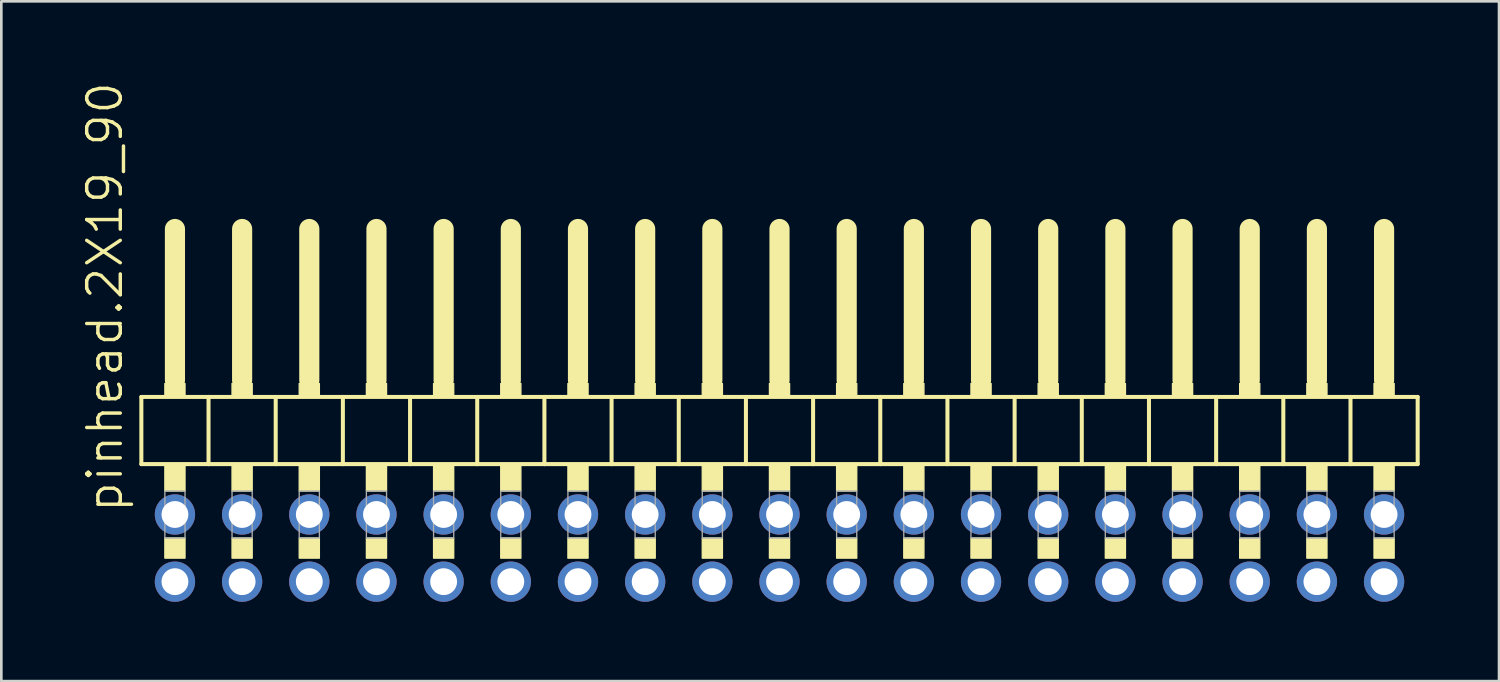
<source format=kicad_pcb>
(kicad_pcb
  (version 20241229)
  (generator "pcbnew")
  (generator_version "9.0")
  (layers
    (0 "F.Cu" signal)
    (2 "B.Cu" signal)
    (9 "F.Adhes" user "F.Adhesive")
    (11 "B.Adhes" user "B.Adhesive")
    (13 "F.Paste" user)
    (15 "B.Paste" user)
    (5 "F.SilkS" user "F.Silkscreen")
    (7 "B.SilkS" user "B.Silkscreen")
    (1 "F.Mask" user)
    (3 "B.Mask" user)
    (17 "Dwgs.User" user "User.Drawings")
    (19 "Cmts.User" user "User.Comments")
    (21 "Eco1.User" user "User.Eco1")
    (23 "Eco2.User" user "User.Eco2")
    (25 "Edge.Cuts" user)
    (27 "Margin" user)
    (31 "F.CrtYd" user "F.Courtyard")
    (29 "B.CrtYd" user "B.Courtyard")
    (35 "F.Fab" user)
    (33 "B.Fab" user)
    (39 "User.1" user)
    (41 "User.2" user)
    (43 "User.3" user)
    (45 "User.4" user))
  (footprint "pinhead.2X19_90"
    (layer "F.Cu")
    (at 26.425 12.594)
    (property "Reference" "pinhead.2X19_90" (at -24.765 3.81 90) (layer "F.SilkS") (effects (font (size 1.27 1.27) (thickness 0.13)) (justify left bottom)))
    (attr through_hole)
    (fp_line (start -24.13 -0.635) (end -24.13 1.905) (stroke (width 0.152) (type default)) (layer "F.SilkS"))
    (fp_line (start -24.13 1.905) (end -21.59 1.905) (stroke (width 0.152) (type default)) (layer "F.SilkS"))
    (fp_line (start -22.86 -6.985) (end -22.86 -1.27) (stroke (width 0.762) (type default)) (layer "F.SilkS"))
    (fp_line (start -21.59 -0.635) (end -24.13 -0.635) (stroke (width 0.152) (type default)) (layer "F.SilkS"))
    (fp_line (start -21.59 1.905) (end -21.59 -0.635) (stroke (width 0.152) (type default)) (layer "F.SilkS"))
    (fp_line (start -21.59 1.905) (end -19.05 1.905) (stroke (width 0.152) (type default)) (layer "F.SilkS"))
    (fp_line (start -20.32 -6.985) (end -20.32 -1.27) (stroke (width 0.762) (type default)) (layer "F.SilkS"))
    (fp_line (start -19.05 -0.635) (end -21.59 -0.635) (stroke (width 0.152) (type default)) (layer "F.SilkS"))
    (fp_line (start -19.05 1.905) (end -19.05 -0.635) (stroke (width 0.152) (type default)) (layer "F.SilkS"))
    (fp_line (start -19.05 1.905) (end -16.51 1.905) (stroke (width 0.152) (type default)) (layer "F.SilkS"))
    (fp_line (start -17.78 -6.985) (end -17.78 -1.27) (stroke (width 0.762) (type default)) (layer "F.SilkS"))
    (fp_line (start -16.51 -0.635) (end -19.05 -0.635) (stroke (width 0.152) (type default)) (layer "F.SilkS"))
    (fp_line (start -16.51 1.905) (end -16.51 -0.635) (stroke (width 0.152) (type default)) (layer "F.SilkS"))
    (fp_line (start -16.51 1.905) (end -13.97 1.905) (stroke (width 0.152) (type default)) (layer "F.SilkS"))
    (fp_line (start -15.24 -6.985) (end -15.24 -1.27) (stroke (width 0.762) (type default)) (layer "F.SilkS"))
    (fp_line (start -13.97 -0.635) (end -16.51 -0.635) (stroke (width 0.152) (type default)) (layer "F.SilkS"))
    (fp_line (start -13.97 1.905) (end -13.97 -0.635) (stroke (width 0.152) (type default)) (layer "F.SilkS"))
    (fp_line (start -13.97 1.905) (end -11.43 1.905) (stroke (width 0.152) (type default)) (layer "F.SilkS"))
    (fp_line (start -12.7 -6.985) (end -12.7 -1.27) (stroke (width 0.762) (type default)) (layer "F.SilkS"))
    (fp_line (start -11.43 -0.635) (end -13.97 -0.635) (stroke (width 0.152) (type default)) (layer "F.SilkS"))
    (fp_line (start -11.43 1.905) (end -11.43 -0.635) (stroke (width 0.152) (type default)) (layer "F.SilkS"))
    (fp_line (start -11.43 1.905) (end -8.89 1.905) (stroke (width 0.152) (type default)) (layer "F.SilkS"))
    (fp_line (start -10.16 -6.985) (end -10.16 -1.27) (stroke (width 0.762) (type default)) (layer "F.SilkS"))
    (fp_line (start -8.89 -0.635) (end -11.43 -0.635) (stroke (width 0.152) (type default)) (layer "F.SilkS"))
    (fp_line (start -8.89 1.905) (end -8.89 -0.635) (stroke (width 0.152) (type default)) (layer "F.SilkS"))
    (fp_line (start -8.89 1.905) (end -6.35 1.905) (stroke (width 0.152) (type default)) (layer "F.SilkS"))
    (fp_line (start -7.62 -6.985) (end -7.62 -1.27) (stroke (width 0.762) (type default)) (layer "F.SilkS"))
    (fp_line (start -6.35 -0.635) (end -8.89 -0.635) (stroke (width 0.152) (type default)) (layer "F.SilkS"))
    (fp_line (start -6.35 1.905) (end -6.35 -0.635) (stroke (width 0.152) (type default)) (layer "F.SilkS"))
    (fp_line (start -6.35 1.905) (end -3.81 1.905) (stroke (width 0.152) (type default)) (layer "F.SilkS"))
    (fp_line (start -5.08 -6.985) (end -5.08 -1.27) (stroke (width 0.762) (type default)) (layer "F.SilkS"))
    (fp_line (start -3.81 -0.635) (end -6.35 -0.635) (stroke (width 0.152) (type default)) (layer "F.SilkS"))
    (fp_line (start -3.81 1.905) (end -3.81 -0.635) (stroke (width 0.152) (type default)) (layer "F.SilkS"))
    (fp_line (start -3.81 1.905) (end -1.27 1.905) (stroke (width 0.152) (type default)) (layer "F.SilkS"))
    (fp_line (start -2.54 -6.985) (end -2.54 -1.27) (stroke (width 0.762) (type default)) (layer "F.SilkS"))
    (fp_line (start -1.27 -0.635) (end -3.81 -0.635) (stroke (width 0.152) (type default)) (layer "F.SilkS"))
    (fp_line (start -1.27 1.905) (end -1.27 -0.635) (stroke (width 0.152) (type default)) (layer "F.SilkS"))
    (fp_line (start -1.27 1.905) (end 1.27 1.905) (stroke (width 0.152) (type default)) (layer "F.SilkS"))
    (fp_line (start 0 -6.985) (end 0 -1.27) (stroke (width 0.762) (type default)) (layer "F.SilkS"))
    (fp_line (start 1.27 -0.635) (end -1.27 -0.635) (stroke (width 0.152) (type default)) (layer "F.SilkS"))
    (fp_line (start 1.27 1.905) (end 1.27 -0.635) (stroke (width 0.152) (type default)) (layer "F.SilkS"))
    (fp_line (start 1.27 1.905) (end 3.81 1.905) (stroke (width 0.152) (type default)) (layer "F.SilkS"))
    (fp_line (start 2.54 -6.985) (end 2.54 -1.27) (stroke (width 0.762) (type default)) (layer "F.SilkS"))
    (fp_line (start 3.81 -0.635) (end 1.27 -0.635) (stroke (width 0.152) (type default)) (layer "F.SilkS"))
    (fp_line (start 3.81 1.905) (end 3.81 -0.635) (stroke (width 0.152) (type default)) (layer "F.SilkS"))
    (fp_line (start 3.81 1.905) (end 6.35 1.905) (stroke (width 0.152) (type default)) (layer "F.SilkS"))
    (fp_line (start 5.08 -6.985) (end 5.08 -1.27) (stroke (width 0.762) (type default)) (layer "F.SilkS"))
    (fp_line (start 6.35 -0.635) (end 3.81 -0.635) (stroke (width 0.152) (type default)) (layer "F.SilkS"))
    (fp_line (start 6.35 1.905) (end 6.35 -0.635) (stroke (width 0.152) (type default)) (layer "F.SilkS"))
    (fp_line (start 6.35 1.905) (end 8.89 1.905) (stroke (width 0.152) (type default)) (layer "F.SilkS"))
    (fp_line (start 7.62 -6.985) (end 7.62 -1.27) (stroke (width 0.762) (type default)) (layer "F.SilkS"))
    (fp_line (start 8.89 -0.635) (end 6.35 -0.635) (stroke (width 0.152) (type default)) (layer "F.SilkS"))
    (fp_line (start 8.89 1.905) (end 8.89 -0.635) (stroke (width 0.152) (type default)) (layer "F.SilkS"))
    (fp_line (start 8.89 1.905) (end 11.43 1.905) (stroke (width 0.152) (type default)) (layer "F.SilkS"))
    (fp_line (start 10.16 -6.985) (end 10.16 -1.27) (stroke (width 0.762) (type default)) (layer "F.SilkS"))
    (fp_line (start 11.43 -0.635) (end 8.89 -0.635) (stroke (width 0.152) (type default)) (layer "F.SilkS"))
    (fp_line (start 11.43 1.905) (end 11.43 -0.635) (stroke (width 0.152) (type default)) (layer "F.SilkS"))
    (fp_line (start 11.43 1.905) (end 13.97 1.905) (stroke (width 0.152) (type default)) (layer "F.SilkS"))
    (fp_line (start 12.7 -6.985) (end 12.7 -1.27) (stroke (width 0.762) (type default)) (layer "F.SilkS"))
    (fp_line (start 13.97 -0.635) (end 11.43 -0.635) (stroke (width 0.152) (type default)) (layer "F.SilkS"))
    (fp_line (start 13.97 1.905) (end 13.97 -0.635) (stroke (width 0.152) (type default)) (layer "F.SilkS"))
    (fp_line (start 13.97 1.905) (end 16.51 1.905) (stroke (width 0.152) (type default)) (layer "F.SilkS"))
    (fp_line (start 15.24 -6.985) (end 15.24 -1.27) (stroke (width 0.762) (type default)) (layer "F.SilkS"))
    (fp_line (start 16.51 -0.635) (end 13.97 -0.635) (stroke (width 0.152) (type default)) (layer "F.SilkS"))
    (fp_line (start 16.51 1.905) (end 16.51 -0.635) (stroke (width 0.152) (type default)) (layer "F.SilkS"))
    (fp_line (start 16.51 1.905) (end 19.05 1.905) (stroke (width 0.152) (type default)) (layer "F.SilkS"))
    (fp_line (start 17.78 -6.985) (end 17.78 -1.27) (stroke (width 0.762) (type default)) (layer "F.SilkS"))
    (fp_line (start 19.05 -0.635) (end 16.51 -0.635) (stroke (width 0.152) (type default)) (layer "F.SilkS"))
    (fp_line (start 19.05 1.905) (end 19.05 -0.635) (stroke (width 0.152) (type default)) (layer "F.SilkS"))
    (fp_line (start 19.05 1.905) (end 21.59 1.905) (stroke (width 0.152) (type default)) (layer "F.SilkS"))
    (fp_line (start 20.32 -6.985) (end 20.32 -1.27) (stroke (width 0.762) (type default)) (layer "F.SilkS"))
    (fp_line (start 21.59 -0.635) (end 19.05 -0.635) (stroke (width 0.152) (type default)) (layer "F.SilkS"))
    (fp_line (start 21.59 1.905) (end 21.59 -0.635) (stroke (width 0.152) (type default)) (layer "F.SilkS"))
    (fp_line (start 21.59 1.905) (end 24.13 1.905) (stroke (width 0.152) (type default)) (layer "F.SilkS"))
    (fp_line (start 22.86 -6.985) (end 22.86 -1.27) (stroke (width 0.762) (type default)) (layer "F.SilkS"))
    (fp_line (start 24.13 -0.635) (end 21.59 -0.635) (stroke (width 0.152) (type default)) (layer "F.SilkS"))
    (fp_line (start 24.13 1.905) (end 24.13 -0.635) (stroke (width 0.152) (type default)) (layer "F.SilkS"))
    (fp_rect (start -23.241 -0.635) (end -22.479 -1.143) (stroke (width 0.05) (type default)) (fill yes) (layer "F.SilkS"))
    (fp_rect (start -23.241 2.921) (end -22.479 1.905) (stroke (width 0.05) (type default)) (fill yes) (layer "F.SilkS"))
    (fp_rect (start -23.241 5.461) (end -22.479 4.699) (stroke (width 0.05) (type default)) (fill yes) (layer "F.SilkS"))
    (fp_rect (start -20.701 -0.635) (end -19.939 -1.143) (stroke (width 0.05) (type default)) (fill yes) (layer "F.SilkS"))
    (fp_rect (start -20.701 2.921) (end -19.939 1.905) (stroke (width 0.05) (type default)) (fill yes) (layer "F.SilkS"))
    (fp_rect (start -20.701 5.461) (end -19.939 4.699) (stroke (width 0.05) (type default)) (fill yes) (layer "F.SilkS"))
    (fp_rect (start -18.161 -0.635) (end -17.399 -1.143) (stroke (width 0.05) (type default)) (fill yes) (layer "F.SilkS"))
    (fp_rect (start -18.161 2.921) (end -17.399 1.905) (stroke (width 0.05) (type default)) (fill yes) (layer "F.SilkS"))
    (fp_rect (start -18.161 5.461) (end -17.399 4.699) (stroke (width 0.05) (type default)) (fill yes) (layer "F.SilkS"))
    (fp_rect (start -15.621 -0.635) (end -14.859 -1.143) (stroke (width 0.05) (type default)) (fill yes) (layer "F.SilkS"))
    (fp_rect (start -15.621 2.921) (end -14.859 1.905) (stroke (width 0.05) (type default)) (fill yes) (layer "F.SilkS"))
    (fp_rect (start -15.621 5.461) (end -14.859 4.699) (stroke (width 0.05) (type default)) (fill yes) (layer "F.SilkS"))
    (fp_rect (start -13.081 -0.635) (end -12.319 -1.143) (stroke (width 0.05) (type default)) (fill yes) (layer "F.SilkS"))
    (fp_rect (start -13.081 2.921) (end -12.319 1.905) (stroke (width 0.05) (type default)) (fill yes) (layer "F.SilkS"))
    (fp_rect (start -13.081 5.461) (end -12.319 4.699) (stroke (width 0.05) (type default)) (fill yes) (layer "F.SilkS"))
    (fp_rect (start -10.541 -0.635) (end -9.779 -1.143) (stroke (width 0.05) (type default)) (fill yes) (layer "F.SilkS"))
    (fp_rect (start -10.541 2.921) (end -9.779 1.905) (stroke (width 0.05) (type default)) (fill yes) (layer "F.SilkS"))
    (fp_rect (start -10.541 5.461) (end -9.779 4.699) (stroke (width 0.05) (type default)) (fill yes) (layer "F.SilkS"))
    (fp_rect (start -8.001 -0.635) (end -7.239 -1.143) (stroke (width 0.05) (type default)) (fill yes) (layer "F.SilkS"))
    (fp_rect (start -8.001 2.921) (end -7.239 1.905) (stroke (width 0.05) (type default)) (fill yes) (layer "F.SilkS"))
    (fp_rect (start -8.001 5.461) (end -7.239 4.699) (stroke (width 0.05) (type default)) (fill yes) (layer "F.SilkS"))
    (fp_rect (start -5.461 -0.635) (end -4.699 -1.143) (stroke (width 0.05) (type default)) (fill yes) (layer "F.SilkS"))
    (fp_rect (start -5.461 2.921) (end -4.699 1.905) (stroke (width 0.05) (type default)) (fill yes) (layer "F.SilkS"))
    (fp_rect (start -5.461 5.461) (end -4.699 4.699) (stroke (width 0.05) (type default)) (fill yes) (layer "F.SilkS"))
    (fp_rect (start -2.921 -0.635) (end -2.159 -1.143) (stroke (width 0.05) (type default)) (fill yes) (layer "F.SilkS"))
    (fp_rect (start -2.921 2.921) (end -2.159 1.905) (stroke (width 0.05) (type default)) (fill yes) (layer "F.SilkS"))
    (fp_rect (start -2.921 5.461) (end -2.159 4.699) (stroke (width 0.05) (type default)) (fill yes) (layer "F.SilkS"))
    (fp_rect (start -0.381 -0.635) (end 0.381 -1.143) (stroke (width 0.05) (type default)) (fill yes) (layer "F.SilkS"))
    (fp_rect (start -0.381 2.921) (end 0.381 1.905) (stroke (width 0.05) (type default)) (fill yes) (layer "F.SilkS"))
    (fp_rect (start -0.381 5.461) (end 0.381 4.699) (stroke (width 0.05) (type default)) (fill yes) (layer "F.SilkS"))
    (fp_rect (start 2.159 -0.635) (end 2.921 -1.143) (stroke (width 0.05) (type default)) (fill yes) (layer "F.SilkS"))
    (fp_rect (start 2.159 2.921) (end 2.921 1.905) (stroke (width 0.05) (type default)) (fill yes) (layer "F.SilkS"))
    (fp_rect (start 2.159 5.461) (end 2.921 4.699) (stroke (width 0.05) (type default)) (fill yes) (layer "F.SilkS"))
    (fp_rect (start 4.699 -0.635) (end 5.461 -1.143) (stroke (width 0.05) (type default)) (fill yes) (layer "F.SilkS"))
    (fp_rect (start 4.699 2.921) (end 5.461 1.905) (stroke (width 0.05) (type default)) (fill yes) (layer "F.SilkS"))
    (fp_rect (start 4.699 5.461) (end 5.461 4.699) (stroke (width 0.05) (type default)) (fill yes) (layer "F.SilkS"))
    (fp_rect (start 7.239 -0.635) (end 8.001 -1.143) (stroke (width 0.05) (type default)) (fill yes) (layer "F.SilkS"))
    (fp_rect (start 7.239 2.921) (end 8.001 1.905) (stroke (width 0.05) (type default)) (fill yes) (layer "F.SilkS"))
    (fp_rect (start 7.239 5.461) (end 8.001 4.699) (stroke (width 0.05) (type default)) (fill yes) (layer "F.SilkS"))
    (fp_rect (start 9.779 -0.635) (end 10.541 -1.143) (stroke (width 0.05) (type default)) (fill yes) (layer "F.SilkS"))
    (fp_rect (start 9.779 2.921) (end 10.541 1.905) (stroke (width 0.05) (type default)) (fill yes) (layer "F.SilkS"))
    (fp_rect (start 9.779 5.461) (end 10.541 4.699) (stroke (width 0.05) (type default)) (fill yes) (layer "F.SilkS"))
    (fp_rect (start 12.319 -0.635) (end 13.081 -1.143) (stroke (width 0.05) (type default)) (fill yes) (layer "F.SilkS"))
    (fp_rect (start 12.319 2.921) (end 13.081 1.905) (stroke (width 0.05) (type default)) (fill yes) (layer "F.SilkS"))
    (fp_rect (start 12.319 5.461) (end 13.081 4.699) (stroke (width 0.05) (type default)) (fill yes) (layer "F.SilkS"))
    (fp_rect (start 14.859 -0.635) (end 15.621 -1.143) (stroke (width 0.05) (type default)) (fill yes) (layer "F.SilkS"))
    (fp_rect (start 14.859 2.921) (end 15.621 1.905) (stroke (width 0.05) (type default)) (fill yes) (layer "F.SilkS"))
    (fp_rect (start 14.859 5.461) (end 15.621 4.699) (stroke (width 0.05) (type default)) (fill yes) (layer "F.SilkS"))
    (fp_rect (start 17.399 -0.635) (end 18.161 -1.143) (stroke (width 0.05) (type default)) (fill yes) (layer "F.SilkS"))
    (fp_rect (start 17.399 2.921) (end 18.161 1.905) (stroke (width 0.05) (type default)) (fill yes) (layer "F.SilkS"))
    (fp_rect (start 17.399 5.461) (end 18.161 4.699) (stroke (width 0.05) (type default)) (fill yes) (layer "F.SilkS"))
    (fp_rect (start 19.939 -0.635) (end 20.701 -1.143) (stroke (width 0.05) (type default)) (fill yes) (layer "F.SilkS"))
    (fp_rect (start 19.939 2.921) (end 20.701 1.905) (stroke (width 0.05) (type default)) (fill yes) (layer "F.SilkS"))
    (fp_rect (start 19.939 5.461) (end 20.701 4.699) (stroke (width 0.05) (type default)) (fill yes) (layer "F.SilkS"))
    (fp_rect (start 22.479 -0.635) (end 23.241 -1.143) (stroke (width 0.05) (type default)) (fill yes) (layer "F.SilkS"))
    (fp_rect (start 22.479 2.921) (end 23.241 1.905) (stroke (width 0.05) (type default)) (fill yes) (layer "F.SilkS"))
    (fp_rect (start 22.479 5.461) (end 23.241 4.699) (stroke (width 0.05) (type default)) (fill yes) (layer "F.SilkS"))
    (fp_rect (start -23.241 4.699) (end -22.479 2.921) (stroke (width 0.05) (type default)) (fill no) (layer "F.Fab"))
    (fp_rect (start -20.701 4.699) (end -19.939 2.921) (stroke (width 0.05) (type default)) (fill no) (layer "F.Fab"))
    (fp_rect (start -18.161 4.699) (end -17.399 2.921) (stroke (width 0.05) (type default)) (fill no) (layer "F.Fab"))
    (fp_rect (start -15.621 4.699) (end -14.859 2.921) (stroke (width 0.05) (type default)) (fill no) (layer "F.Fab"))
    (fp_rect (start -13.081 4.699) (end -12.319 2.921) (stroke (width 0.05) (type default)) (fill no) (layer "F.Fab"))
    (fp_rect (start -10.541 4.699) (end -9.779 2.921) (stroke (width 0.05) (type default)) (fill no) (layer "F.Fab"))
    (fp_rect (start -8.001 4.699) (end -7.239 2.921) (stroke (width 0.05) (type default)) (fill no) (layer "F.Fab"))
    (fp_rect (start -5.461 4.699) (end -4.699 2.921) (stroke (width 0.05) (type default)) (fill no) (layer "F.Fab"))
    (fp_rect (start -2.921 4.699) (end -2.159 2.921) (stroke (width 0.05) (type default)) (fill no) (layer "F.Fab"))
    (fp_rect (start -0.381 4.699) (end 0.381 2.921) (stroke (width 0.05) (type default)) (fill no) (layer "F.Fab"))
    (fp_rect (start 2.159 4.699) (end 2.921 2.921) (stroke (width 0.05) (type default)) (fill no) (layer "F.Fab"))
    (fp_rect (start 4.699 4.699) (end 5.461 2.921) (stroke (width 0.05) (type default)) (fill no) (layer "F.Fab"))
    (fp_rect (start 7.239 4.699) (end 8.001 2.921) (stroke (width 0.05) (type default)) (fill no) (layer "F.Fab"))
    (fp_rect (start 9.779 4.699) (end 10.541 2.921) (stroke (width 0.05) (type default)) (fill no) (layer "F.Fab"))
    (fp_rect (start 12.319 4.699) (end 13.081 2.921) (stroke (width 0.05) (type default)) (fill no) (layer "F.Fab"))
    (fp_rect (start 14.859 4.699) (end 15.621 2.921) (stroke (width 0.05) (type default)) (fill no) (layer "F.Fab"))
    (fp_rect (start 17.399 4.699) (end 18.161 2.921) (stroke (width 0.05) (type default)) (fill no) (layer "F.Fab"))
    (fp_rect (start 19.939 4.699) (end 20.701 2.921) (stroke (width 0.05) (type default)) (fill no) (layer "F.Fab"))
    (fp_rect (start 22.479 4.699) (end 23.241 2.921) (stroke (width 0.05) (type default)) (fill no) (layer "F.Fab"))
    (pad "1" thru_hole circle (at -22.86 6.35) (size 1.524 1.524) (drill 1.016) (layers "*.Cu" "*.Mask"))
    (pad "2" thru_hole circle (at -22.86 3.81) (size 1.524 1.524) (drill 1.016) (layers "*.Cu" "*.Mask"))
    (pad "3" thru_hole circle (at -20.32 6.35) (size 1.524 1.524) (drill 1.016) (layers "*.Cu" "*.Mask"))
    (pad "4" thru_hole circle (at -20.32 3.81) (size 1.524 1.524) (drill 1.016) (layers "*.Cu" "*.Mask"))
    (pad "5" thru_hole circle (at -17.78 6.35) (size 1.524 1.524) (drill 1.016) (layers "*.Cu" "*.Mask"))
    (pad "6" thru_hole circle (at -17.78 3.81) (size 1.524 1.524) (drill 1.016) (layers "*.Cu" "*.Mask"))
    (pad "7" thru_hole circle (at -15.24 6.35) (size 1.524 1.524) (drill 1.016) (layers "*.Cu" "*.Mask"))
    (pad "8" thru_hole circle (at -15.24 3.81) (size 1.524 1.524) (drill 1.016) (layers "*.Cu" "*.Mask"))
    (pad "9" thru_hole circle (at -12.7 6.35) (size 1.524 1.524) (drill 1.016) (layers "*.Cu" "*.Mask"))
    (pad "10" thru_hole circle (at -12.7 3.81) (size 1.524 1.524) (drill 1.016) (layers "*.Cu" "*.Mask"))
    (pad "11" thru_hole circle (at -10.16 6.35) (size 1.524 1.524) (drill 1.016) (layers "*.Cu" "*.Mask"))
    (pad "12" thru_hole circle (at -10.16 3.81) (size 1.524 1.524) (drill 1.016) (layers "*.Cu" "*.Mask"))
    (pad "13" thru_hole circle (at -7.62 6.35) (size 1.524 1.524) (drill 1.016) (layers "*.Cu" "*.Mask"))
    (pad "14" thru_hole circle (at -7.62 3.81) (size 1.524 1.524) (drill 1.016) (layers "*.Cu" "*.Mask"))
    (pad "15" thru_hole circle (at -5.08 6.35) (size 1.524 1.524) (drill 1.016) (layers "*.Cu" "*.Mask"))
    (pad "16" thru_hole circle (at -5.08 3.81) (size 1.524 1.524) (drill 1.016) (layers "*.Cu" "*.Mask"))
    (pad "17" thru_hole circle (at -2.54 6.35) (size 1.524 1.524) (drill 1.016) (layers "*.Cu" "*.Mask"))
    (pad "18" thru_hole circle (at -2.54 3.81) (size 1.524 1.524) (drill 1.016) (layers "*.Cu" "*.Mask"))
    (pad "19" thru_hole circle (at 0 6.35) (size 1.524 1.524) (drill 1.016) (layers "*.Cu" "*.Mask"))
    (pad "20" thru_hole circle (at 0 3.81) (size 1.524 1.524) (drill 1.016) (layers "*.Cu" "*.Mask"))
    (pad "21" thru_hole circle (at 2.54 6.35) (size 1.524 1.524) (drill 1.016) (layers "*.Cu" "*.Mask"))
    (pad "22" thru_hole circle (at 2.54 3.81) (size 1.524 1.524) (drill 1.016) (layers "*.Cu" "*.Mask"))
    (pad "23" thru_hole circle (at 5.08 6.35) (size 1.524 1.524) (drill 1.016) (layers "*.Cu" "*.Mask"))
    (pad "24" thru_hole circle (at 5.08 3.81) (size 1.524 1.524) (drill 1.016) (layers "*.Cu" "*.Mask"))
    (pad "25" thru_hole circle (at 7.62 6.35) (size 1.524 1.524) (drill 1.016) (layers "*.Cu" "*.Mask"))
    (pad "26" thru_hole circle (at 7.62 3.81) (size 1.524 1.524) (drill 1.016) (layers "*.Cu" "*.Mask"))
    (pad "27" thru_hole circle (at 10.16 6.35) (size 1.524 1.524) (drill 1.016) (layers "*.Cu" "*.Mask"))
    (pad "28" thru_hole circle (at 10.16 3.81) (size 1.524 1.524) (drill 1.016) (layers "*.Cu" "*.Mask"))
    (pad "29" thru_hole circle (at 12.7 6.35) (size 1.524 1.524) (drill 1.016) (layers "*.Cu" "*.Mask"))
    (pad "30" thru_hole circle (at 12.7 3.81) (size 1.524 1.524) (drill 1.016) (layers "*.Cu" "*.Mask"))
    (pad "31" thru_hole circle (at 15.24 6.35) (size 1.524 1.524) (drill 1.016) (layers "*.Cu" "*.Mask"))
    (pad "32" thru_hole circle (at 15.24 3.81) (size 1.524 1.524) (drill 1.016) (layers "*.Cu" "*.Mask"))
    (pad "33" thru_hole circle (at 17.78 6.35) (size 1.524 1.524) (drill 1.016) (layers "*.Cu" "*.Mask"))
    (pad "34" thru_hole circle (at 17.78 3.81) (size 1.524 1.524) (drill 1.016) (layers "*.Cu" "*.Mask"))
    (pad "35" thru_hole circle (at 20.32 6.35) (size 1.524 1.524) (drill 1.016) (layers "*.Cu" "*.Mask"))
    (pad "36" thru_hole circle (at 20.32 3.81) (size 1.524 1.524) (drill 1.016) (layers "*.Cu" "*.Mask"))
    (pad "37" thru_hole circle (at 22.86 6.35) (size 1.524 1.524) (drill 1.016) (layers "*.Cu" "*.Mask"))
    (pad "38" thru_hole circle (at 22.86 3.81) (size 1.524 1.524) (drill 1.016) (layers "*.Cu" "*.Mask")))
  (gr_rect
    (start -3 -3)
    (end 53.631 22.706)
    (stroke (width 0.1) (type default))
    (fill no)
    (layer "Edge.Cuts")))
</source>
